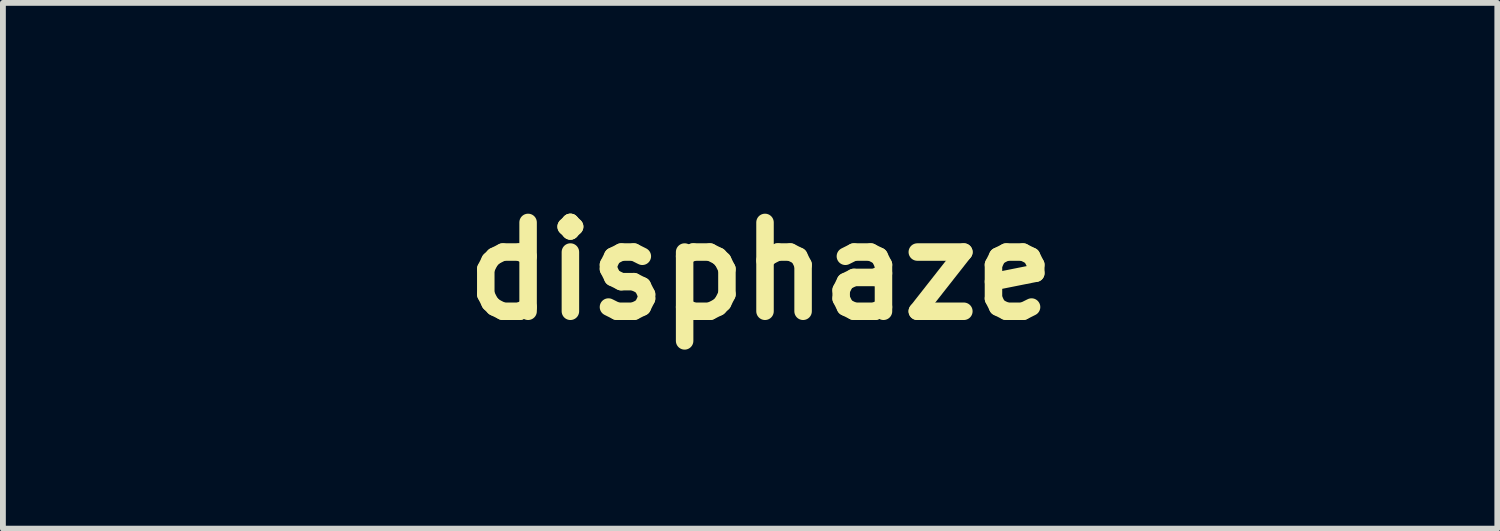
<source format=kicad_pcb>
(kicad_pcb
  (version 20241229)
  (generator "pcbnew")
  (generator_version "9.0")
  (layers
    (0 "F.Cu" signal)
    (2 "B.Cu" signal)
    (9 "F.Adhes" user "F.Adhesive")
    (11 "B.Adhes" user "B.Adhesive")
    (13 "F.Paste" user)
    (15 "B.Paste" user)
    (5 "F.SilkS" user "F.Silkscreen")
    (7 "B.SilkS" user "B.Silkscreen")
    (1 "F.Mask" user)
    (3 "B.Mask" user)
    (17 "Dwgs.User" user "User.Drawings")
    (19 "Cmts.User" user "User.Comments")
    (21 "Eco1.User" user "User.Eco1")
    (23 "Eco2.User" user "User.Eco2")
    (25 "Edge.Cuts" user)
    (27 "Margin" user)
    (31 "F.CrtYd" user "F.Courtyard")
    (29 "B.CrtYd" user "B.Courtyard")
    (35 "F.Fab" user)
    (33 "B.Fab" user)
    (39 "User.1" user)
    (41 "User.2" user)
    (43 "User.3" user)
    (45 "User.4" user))
  (footprint "disphaze"
    (layer "F.Cu")
    (at 10 1.6)
    (property "Reference" "disphaze" (at 0 0 0) (layer "F.SilkS") (effects (font (size 1.524 1.524) (thickness 0.3))))
    (attr through_hole)
    (fp_poly (pts (xy -6.046 -0.96) (xy -6.063 -0.673) (xy -6.082 -0.314) (xy -6.102 0.074) (xy -6.119 0.444) (xy -6.12 0.458) (xy -6.158 1.3) (xy -7.191 1.3) (xy -7.23 0.162) (xy -7.244 -0.214) (xy -7.26 -0.568) (xy -7.275 -0.877) (xy -7.29 -1.115) (xy -7.302 -1.255) (xy -7.336 -1.536) (xy -6.01 -1.536) (xy -6.046 -0.96)) (stroke (width 0.01) (type solid)) (fill yes) (layer "F.Mask"))
    (fp_poly (pts (xy 1.319 -0.645) (xy 1.281 0.245) (xy 1.482 0.226) (xy 1.683 0.207) (xy 1.648 -1.536) (xy 2.851 -1.536) (xy 2.814 -0.96) (xy 2.797 -0.673) (xy 2.777 -0.314) (xy 2.757 0.074) (xy 2.74 0.444) (xy 2.739 0.458) (xy 2.701 1.3) (xy 1.772 1.3) (xy 1.772 1.004) (xy 1.761 0.813) (xy 1.719 0.725) (xy 1.63 0.725) (xy 1.537 0.767) (xy 1.456 0.789) (xy 1.396 0.731) (xy 1.351 0.634) (xy 1.31 0.542) (xy 1.286 0.518) (xy 1.271 0.576) (xy 1.26 0.731) (xy 1.254 0.871) (xy 1.235 1.3) (xy 0.195 1.3) (xy 0.155 0.281) (xy 0.14 -0.09) (xy 0.122 -0.452) (xy 0.105 -0.775) (xy 0.089 -1.029) (xy 0.08 -1.137) (xy 0.044 -1.536) (xy 1.358 -1.536) (xy 1.319 -0.645)) (stroke (width 0.01) (type solid)) (fill yes) (layer "F.Mask"))
    (fp_poly (pts (xy 6.788 -1.533) (xy 7.093 -1.527) (xy 7.336 -1.516) (xy 7.498 -1.503) (xy 7.561 -1.488) (xy 7.561 -1.487) (xy 7.538 -1.421) (xy 7.473 -1.264) (xy 7.374 -1.034) (xy 7.249 -0.749) (xy 7.104 -0.426) (xy 7.088 -0.391) (xy 6.942 -0.065) (xy 6.815 0.224) (xy 6.713 0.459) (xy 6.644 0.622) (xy 6.616 0.697) (xy 6.616 0.7) (xy 6.669 0.717) (xy 6.808 0.719) (xy 6.972 0.709) (xy 7.175 0.695) (xy 7.28 0.706) (xy 7.302 0.742) (xy 7.3 0.747) (xy 7.268 0.847) (xy 7.222 1.008) (xy 7.208 1.06) (xy 7.143 1.3) (xy 6.318 1.3) (xy 6.021 1.296) (xy 5.772 1.288) (xy 5.591 1.275) (xy 5.5 1.259) (xy 5.493 1.253) (xy 5.51 1.172) (xy 5.561 0.98) (xy 5.645 0.678) (xy 5.763 0.264) (xy 5.88 -0.14) (xy 5.964 -0.428) (xy 5.64 -0.401) (xy 5.316 -0.374) (xy 5.316 -1.536) (xy 6.439 -1.536) (xy 6.788 -1.533)) (stroke (width 0.01) (type solid)) (fill yes) (layer "F.Mask"))
    (fp_poly (pts (xy -4.485 -1.588) (xy -4.313 -1.553) (xy -4.209 -1.471) (xy -4.156 -1.323) (xy -4.137 -1.089) (xy -4.135 -0.887) (xy -4.137 -0.639) (xy -4.145 -0.487) (xy -4.165 -0.411) (xy -4.203 -0.388) (xy -4.253 -0.396) (xy -4.405 -0.384) (xy -4.514 -0.284) (xy -4.547 -0.155) (xy -4.515 -0.03) (xy -4.438 0.138) (xy -4.399 0.207) (xy -4.279 0.492) (xy -4.268 0.763) (xy -4.36 1.003) (xy -4.551 1.195) (xy -4.704 1.277) (xy -4.973 1.342) (xy -5.266 1.341) (xy -5.385 1.319) (xy -5.469 1.247) (xy -5.52 1.134) (xy -5.56 0.976) (xy -5.588 0.875) (xy -5.585 0.81) (xy -5.51 0.774) (xy -5.363 0.757) (xy -5.199 0.735) (xy -5.119 0.688) (xy -5.09 0.601) (xy -5.105 0.5) (xy -5.185 0.367) (xy -5.341 0.183) (xy -5.425 0.094) (xy -5.68 -0.209) (xy -5.83 -0.484) (xy -5.878 -0.75) (xy -5.828 -1.022) (xy -5.737 -1.226) (xy -5.596 -1.376) (xy -5.364 -1.494) (xy -5.065 -1.569) (xy -4.741 -1.595) (xy -4.485 -1.588)) (stroke (width 0.01) (type solid)) (fill yes) (layer "F.Mask"))
    (fp_poly (pts (xy 9.628 -1.308) (xy 9.622 -1.118) (xy 9.605 -0.877) (xy 9.592 -0.728) (xy 9.555 -0.375) (xy 9.237 -0.402) (xy 8.92 -0.428) (xy 8.92 -0.244) (xy 8.925 -0.138) (xy 8.959 -0.083) (xy 9.052 -0.062) (xy 9.233 -0.059) (xy 9.243 -0.059) (xy 9.44 -0.05) (xy 9.533 -0.021) (xy 9.543 0.015) (xy 9.514 0.126) (xy 9.485 0.248) (xy 9.451 0.346) (xy 9.379 0.397) (xy 9.236 0.42) (xy 9.17 0.425) (xy 9 0.441) (xy 8.915 0.477) (xy 8.881 0.556) (xy 8.871 0.635) (xy 8.867 0.742) (xy 8.893 0.802) (xy 8.972 0.822) (xy 9.127 0.808) (xy 9.337 0.775) (xy 9.607 0.731) (xy 9.495 1.3) (xy 7.816 1.3) (xy 7.776 -0.027) (xy 7.763 -0.415) (xy 7.749 -0.767) (xy 7.734 -1.064) (xy 7.719 -1.287) (xy 7.707 -1.419) (xy 7.701 -1.445) (xy 7.701 -1.478) (xy 7.739 -1.503) (xy 7.831 -1.519) (xy 7.993 -1.529) (xy 8.24 -1.534) (xy 8.588 -1.536) (xy 8.647 -1.536) (xy 9.628 -1.536) (xy 9.628 -1.308)) (stroke (width 0.01) (type solid)) (fill yes) (layer "F.Mask"))
    (fp_poly (pts (xy -1.607 -1.585) (xy -1.278 -1.557) (xy -0.987 -1.508) (xy -0.796 -1.451) (xy -0.475 -1.259) (xy -0.242 -0.998) (xy -0.105 -0.68) (xy -0.073 -0.323) (xy -0.085 -0.213) (xy -0.189 0.128) (xy -0.387 0.399) (xy -0.669 0.592) (xy -1.013 0.698) (xy -1.27 0.741) (xy -1.288 1.02) (xy -1.306 1.3) (xy -1.804 1.3) (xy -2.047 1.297) (xy -2.197 1.287) (xy -2.278 1.262) (xy -2.315 1.216) (xy -2.329 1.167) (xy -2.339 1.068) (xy -2.351 0.872) (xy -2.365 0.599) (xy -2.378 0.27) (xy -2.391 -0.089) (xy -1.24 -0.089) (xy -1.229 0.119) (xy -1.186 0.221) (xy -1.099 0.225) (xy -0.958 0.144) (xy -0.849 0.008) (xy -0.839 -0.153) (xy -0.928 -0.298) (xy -0.958 -0.322) (xy -1.1 -0.403) (xy -1.186 -0.398) (xy -1.229 -0.295) (xy -1.24 -0.089) (xy -2.391 -0.089) (xy -2.391 -0.094) (xy -2.392 -0.118) (xy -2.405 -0.483) (xy -2.419 -0.814) (xy -2.433 -1.09) (xy -2.447 -1.291) (xy -2.459 -1.395) (xy -2.46 -1.398) (xy -2.466 -1.478) (xy -2.417 -1.525) (xy -2.285 -1.557) (xy -2.212 -1.569) (xy -1.932 -1.591) (xy -1.607 -1.585)) (stroke (width 0.01) (type solid)) (fill yes) (layer "F.Mask"))
    (fp_poly (pts (xy -8.572 -1.517) (xy -8.171 -1.361) (xy -7.855 -1.124) (xy -7.612 -0.802) (xy -7.473 -0.434) (xy -7.439 -0.037) (xy -7.517 0.37) (xy -7.528 0.404) (xy -7.697 0.749) (xy -7.936 1.01) (xy -8.251 1.191) (xy -8.651 1.298) (xy -9.024 1.332) (xy -9.275 1.337) (xy -9.494 1.334) (xy -9.644 1.325) (xy -9.673 1.321) (xy -9.729 1.304) (xy -9.773 1.272) (xy -9.806 1.212) (xy -9.831 1.106) (xy -9.849 0.943) (xy -9.864 0.706) (xy -9.877 0.38) (xy -9.883 0.207) (xy -8.742 0.207) (xy -8.736 0.501) (xy -8.711 0.685) (xy -8.661 0.768) (xy -8.577 0.758) (xy -8.453 0.662) (xy -8.383 0.595) (xy -8.259 0.434) (xy -8.213 0.254) (xy -8.211 0.179) (xy -8.252 -0.039) (xy -8.361 -0.219) (xy -8.513 -0.332) (xy -8.622 -0.354) (xy -8.678 -0.347) (xy -8.713 -0.308) (xy -8.732 -0.217) (xy -8.741 -0.052) (xy -8.742 0.207) (xy -9.883 0.207) (xy -9.892 -0.047) (xy -9.893 -0.077) (xy -9.906 -0.439) (xy -9.92 -0.771) (xy -9.935 -1.049) (xy -9.95 -1.253) (xy -9.962 -1.357) (xy -9.995 -1.525) (xy -9.602 -1.567) (xy -9.05 -1.586) (xy -8.572 -1.517)) (stroke (width 0.01) (type solid)) (fill yes) (layer "F.Mask"))
    (fp_poly (pts (xy 4.065 -1.523) (xy 4.627 -1.506) (xy 4.709 -1.093) (xy 4.75 -0.896) (xy 4.808 -0.629) (xy 4.877 -0.317) (xy 4.953 0.018) (xy 5.029 0.352) (xy 5.101 0.661) (xy 5.163 0.921) (xy 5.209 1.11) (xy 5.233 1.196) (xy 5.237 1.246) (xy 5.199 1.277) (xy 5.096 1.293) (xy 4.908 1.299) (xy 4.754 1.3) (xy 4.505 1.297) (xy 4.35 1.286) (xy 4.264 1.261) (xy 4.223 1.217) (xy 4.211 1.181) (xy 4.181 1.095) (xy 4.133 1.074) (xy 4.042 1.123) (xy 3.921 1.212) (xy 3.726 1.361) (xy 3.624 1.168) (xy 3.523 0.975) (xy 3.487 1.122) (xy 3.449 1.214) (xy 3.37 1.262) (xy 3.216 1.285) (xy 3.168 1.288) (xy 2.999 1.294) (xy 2.922 1.277) (xy 2.911 1.228) (xy 2.919 1.197) (xy 2.96 1.048) (xy 3.019 0.809) (xy 3.032 0.757) (xy 3.603 0.757) (xy 3.653 0.765) (xy 3.771 0.754) (xy 3.909 0.733) (xy 4.019 0.707) (xy 4.053 0.692) (xy 4.052 0.624) (xy 4.015 0.492) (xy 3.958 0.337) (xy 3.897 0.2) (xy 3.847 0.123) (xy 3.836 0.118) (xy 3.799 0.168) (xy 3.743 0.294) (xy 3.683 0.456) (xy 3.632 0.616) (xy 3.605 0.736) (xy 3.603 0.757) (xy 3.032 0.757) (xy 3.091 0.506) (xy 3.168 0.167) (xy 3.245 -0.183) (xy 3.317 -0.517) (xy 3.377 -0.809) (xy 3.42 -1.033) (xy 3.429 -1.089) (xy 3.502 -1.54) (xy 4.065 -1.523)) (stroke (width 0.01) (type solid)) (fill yes) (layer "F.Mask")))
  (gr_rect
    (start -3 -3)
    (end 22.634 6.018)
    (stroke (width 0.1) (type default))
    (fill no)
    (layer "Edge.Cuts")))
</source>
